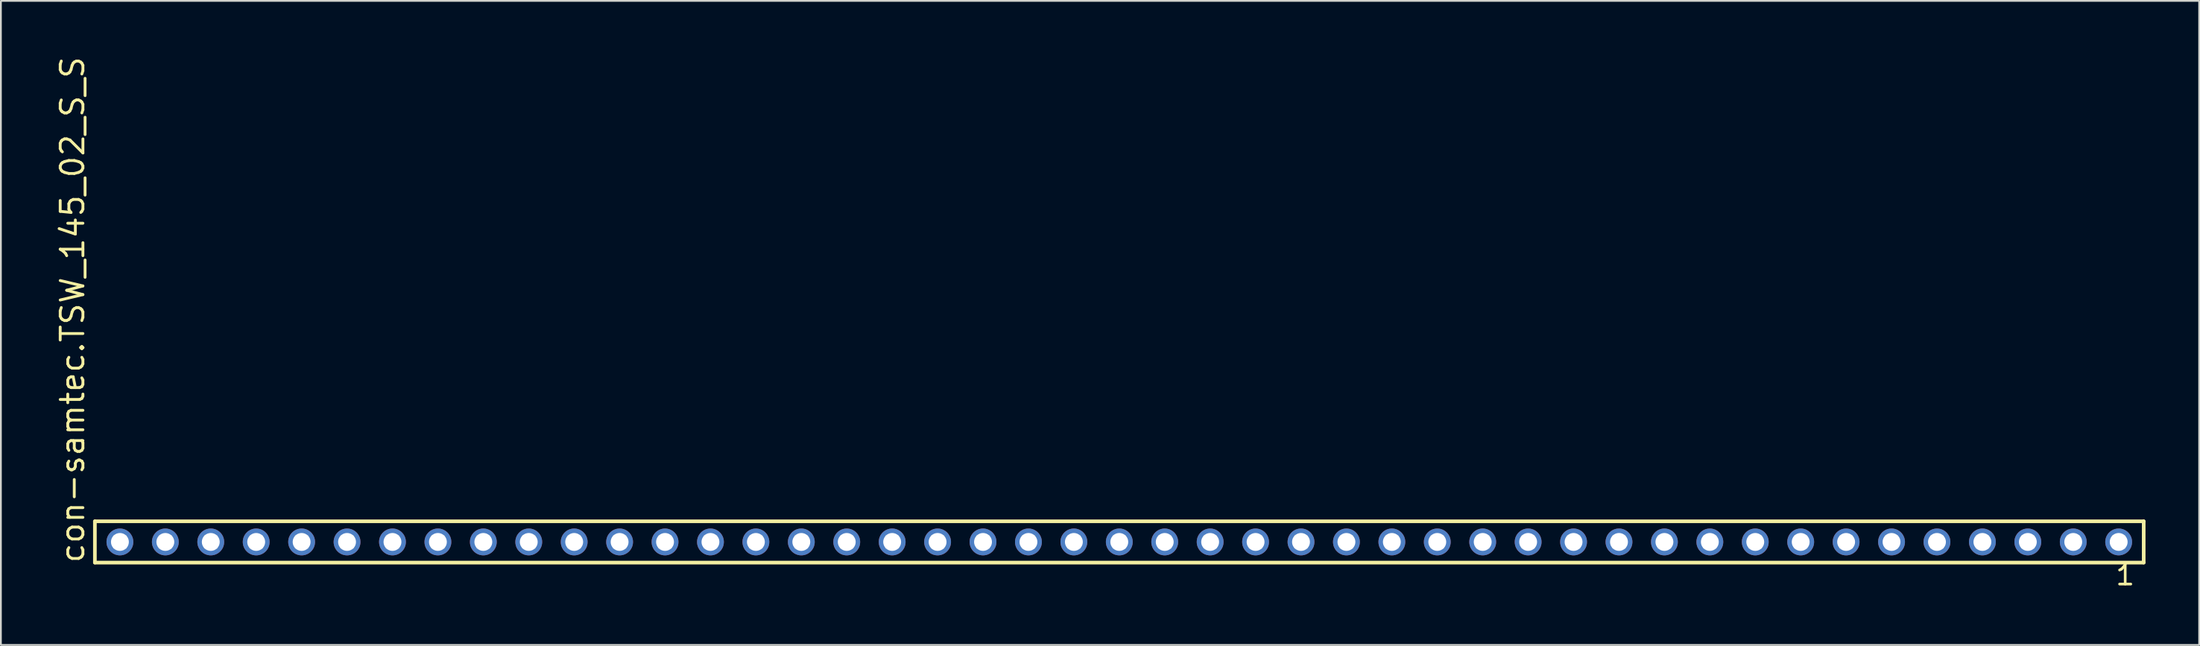
<source format=kicad_pcb>
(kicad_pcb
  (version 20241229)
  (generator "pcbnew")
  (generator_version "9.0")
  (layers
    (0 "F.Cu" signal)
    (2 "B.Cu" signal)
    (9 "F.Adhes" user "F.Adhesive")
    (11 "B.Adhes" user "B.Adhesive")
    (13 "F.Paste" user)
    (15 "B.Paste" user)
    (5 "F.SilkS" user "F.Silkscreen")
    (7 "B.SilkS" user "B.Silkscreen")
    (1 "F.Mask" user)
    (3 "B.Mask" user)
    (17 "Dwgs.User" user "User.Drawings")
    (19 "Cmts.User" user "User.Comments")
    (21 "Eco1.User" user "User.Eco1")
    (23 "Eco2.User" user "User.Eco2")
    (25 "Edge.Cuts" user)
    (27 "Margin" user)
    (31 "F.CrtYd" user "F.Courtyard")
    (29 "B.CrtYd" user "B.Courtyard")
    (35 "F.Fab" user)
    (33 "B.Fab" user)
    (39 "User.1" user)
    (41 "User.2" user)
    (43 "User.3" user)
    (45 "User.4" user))
  (footprint "con-samtec.TSW_145_02_S_S"
    (layer "F.Cu")
    (at 59.535 27.259)
    (property "Reference" "con-samtec.TSW_145_02_S_S" (at -57.785 1.27 90) (layer "F.SilkS") (effects (font (size 1.27 1.27) (thickness 0.16)) (justify left bottom)))
    (attr through_hole)
    (fp_line (start -57.279 -1.155) (end 57.279 -1.155) (stroke (width 0.203) (type default)) (layer "F.SilkS"))
    (fp_line (start -57.279 1.155) (end -57.279 -1.155) (stroke (width 0.203) (type default)) (layer "F.SilkS"))
    (fp_line (start 57.279 -1.155) (end 57.279 1.155) (stroke (width 0.203) (type default)) (layer "F.SilkS"))
    (fp_line (start 57.279 1.155) (end -57.279 1.155) (stroke (width 0.203) (type default)) (layer "F.SilkS"))
    (fp_rect (start -56.23 0.35) (end -55.53 -0.35) (stroke (width 0.05) (type default)) (fill no) (layer "F.Fab"))
    (fp_rect (start -53.69 0.35) (end -52.99 -0.35) (stroke (width 0.05) (type default)) (fill no) (layer "F.Fab"))
    (fp_rect (start -51.15 0.35) (end -50.45 -0.35) (stroke (width 0.05) (type default)) (fill no) (layer "F.Fab"))
    (fp_rect (start -48.61 0.35) (end -47.91 -0.35) (stroke (width 0.05) (type default)) (fill no) (layer "F.Fab"))
    (fp_rect (start -46.07 0.35) (end -45.37 -0.35) (stroke (width 0.05) (type default)) (fill no) (layer "F.Fab"))
    (fp_rect (start -43.53 0.35) (end -42.83 -0.35) (stroke (width 0.05) (type default)) (fill no) (layer "F.Fab"))
    (fp_rect (start -40.99 0.35) (end -40.29 -0.35) (stroke (width 0.05) (type default)) (fill no) (layer "F.Fab"))
    (fp_rect (start -38.45 0.35) (end -37.75 -0.35) (stroke (width 0.05) (type default)) (fill no) (layer "F.Fab"))
    (fp_rect (start -35.91 0.35) (end -35.21 -0.35) (stroke (width 0.05) (type default)) (fill no) (layer "F.Fab"))
    (fp_rect (start -33.37 0.35) (end -32.67 -0.35) (stroke (width 0.05) (type default)) (fill no) (layer "F.Fab"))
    (fp_rect (start -30.83 0.35) (end -30.13 -0.35) (stroke (width 0.05) (type default)) (fill no) (layer "F.Fab"))
    (fp_rect (start -28.29 0.35) (end -27.59 -0.35) (stroke (width 0.05) (type default)) (fill no) (layer "F.Fab"))
    (fp_rect (start -25.75 0.35) (end -25.05 -0.35) (stroke (width 0.05) (type default)) (fill no) (layer "F.Fab"))
    (fp_rect (start -23.21 0.35) (end -22.51 -0.35) (stroke (width 0.05) (type default)) (fill no) (layer "F.Fab"))
    (fp_rect (start -20.67 0.35) (end -19.97 -0.35) (stroke (width 0.05) (type default)) (fill no) (layer "F.Fab"))
    (fp_rect (start -18.13 0.35) (end -17.43 -0.35) (stroke (width 0.05) (type default)) (fill no) (layer "F.Fab"))
    (fp_rect (start -15.59 0.35) (end -14.89 -0.35) (stroke (width 0.05) (type default)) (fill no) (layer "F.Fab"))
    (fp_rect (start -13.05 0.35) (end -12.35 -0.35) (stroke (width 0.05) (type default)) (fill no) (layer "F.Fab"))
    (fp_rect (start -10.51 0.35) (end -9.81 -0.35) (stroke (width 0.05) (type default)) (fill no) (layer "F.Fab"))
    (fp_rect (start -7.97 0.35) (end -7.27 -0.35) (stroke (width 0.05) (type default)) (fill no) (layer "F.Fab"))
    (fp_rect (start -5.43 0.35) (end -4.73 -0.35) (stroke (width 0.05) (type default)) (fill no) (layer "F.Fab"))
    (fp_rect (start -2.89 0.35) (end -2.19 -0.35) (stroke (width 0.05) (type default)) (fill no) (layer "F.Fab"))
    (fp_rect (start -0.35 0.35) (end 0.35 -0.35) (stroke (width 0.05) (type default)) (fill no) (layer "F.Fab"))
    (fp_rect (start 2.19 0.35) (end 2.89 -0.35) (stroke (width 0.05) (type default)) (fill no) (layer "F.Fab"))
    (fp_rect (start 4.73 0.35) (end 5.43 -0.35) (stroke (width 0.05) (type default)) (fill no) (layer "F.Fab"))
    (fp_rect (start 7.27 0.35) (end 7.97 -0.35) (stroke (width 0.05) (type default)) (fill no) (layer "F.Fab"))
    (fp_rect (start 9.81 0.35) (end 10.51 -0.35) (stroke (width 0.05) (type default)) (fill no) (layer "F.Fab"))
    (fp_rect (start 12.35 0.35) (end 13.05 -0.35) (stroke (width 0.05) (type default)) (fill no) (layer "F.Fab"))
    (fp_rect (start 14.89 0.35) (end 15.59 -0.35) (stroke (width 0.05) (type default)) (fill no) (layer "F.Fab"))
    (fp_rect (start 17.43 0.35) (end 18.13 -0.35) (stroke (width 0.05) (type default)) (fill no) (layer "F.Fab"))
    (fp_rect (start 19.97 0.35) (end 20.67 -0.35) (stroke (width 0.05) (type default)) (fill no) (layer "F.Fab"))
    (fp_rect (start 22.51 0.35) (end 23.21 -0.35) (stroke (width 0.05) (type default)) (fill no) (layer "F.Fab"))
    (fp_rect (start 25.05 0.35) (end 25.75 -0.35) (stroke (width 0.05) (type default)) (fill no) (layer "F.Fab"))
    (fp_rect (start 27.59 0.35) (end 28.29 -0.35) (stroke (width 0.05) (type default)) (fill no) (layer "F.Fab"))
    (fp_rect (start 30.13 0.35) (end 30.83 -0.35) (stroke (width 0.05) (type default)) (fill no) (layer "F.Fab"))
    (fp_rect (start 32.67 0.35) (end 33.37 -0.35) (stroke (width 0.05) (type default)) (fill no) (layer "F.Fab"))
    (fp_rect (start 35.21 0.35) (end 35.91 -0.35) (stroke (width 0.05) (type default)) (fill no) (layer "F.Fab"))
    (fp_rect (start 37.75 0.35) (end 38.45 -0.35) (stroke (width 0.05) (type default)) (fill no) (layer "F.Fab"))
    (fp_rect (start 40.29 0.35) (end 40.99 -0.35) (stroke (width 0.05) (type default)) (fill no) (layer "F.Fab"))
    (fp_rect (start 42.83 0.35) (end 43.53 -0.35) (stroke (width 0.05) (type default)) (fill no) (layer "F.Fab"))
    (fp_rect (start 45.37 0.35) (end 46.07 -0.35) (stroke (width 0.05) (type default)) (fill no) (layer "F.Fab"))
    (fp_rect (start 47.91 0.35) (end 48.61 -0.35) (stroke (width 0.05) (type default)) (fill no) (layer "F.Fab"))
    (fp_rect (start 50.45 0.35) (end 51.15 -0.35) (stroke (width 0.05) (type default)) (fill no) (layer "F.Fab"))
    (fp_rect (start 52.99 0.35) (end 53.69 -0.35) (stroke (width 0.05) (type default)) (fill no) (layer "F.Fab"))
    (fp_rect (start 55.53 0.35) (end 56.23 -0.35) (stroke (width 0.05) (type default)) (fill no) (layer "F.Fab"))
    (fp_text user "1" (at 55.622 2.498 0) (layer "F.SilkS") (effects (font (size 1.1 1.1) (thickness 0.15)) (justify left bottom)))
    (pad "1" thru_hole circle (at 55.88 0 180) (size 1.5 1.5) (drill 1) (layers "*.Cu" "*.Mask"))
    (pad "2" thru_hole circle (at 53.34 0 180) (size 1.5 1.5) (drill 1) (layers "*.Cu" "*.Mask"))
    (pad "3" thru_hole circle (at 50.8 0 180) (size 1.5 1.5) (drill 1) (layers "*.Cu" "*.Mask"))
    (pad "4" thru_hole circle (at 48.26 0 180) (size 1.5 1.5) (drill 1) (layers "*.Cu" "*.Mask"))
    (pad "5" thru_hole circle (at 45.72 0 180) (size 1.5 1.5) (drill 1) (layers "*.Cu" "*.Mask"))
    (pad "6" thru_hole circle (at 43.18 0 180) (size 1.5 1.5) (drill 1) (layers "*.Cu" "*.Mask"))
    (pad "7" thru_hole circle (at 40.64 0 180) (size 1.5 1.5) (drill 1) (layers "*.Cu" "*.Mask"))
    (pad "8" thru_hole circle (at 38.1 0 180) (size 1.5 1.5) (drill 1) (layers "*.Cu" "*.Mask"))
    (pad "9" thru_hole circle (at 35.56 0 180) (size 1.5 1.5) (drill 1) (layers "*.Cu" "*.Mask"))
    (pad "10" thru_hole circle (at 33.02 0 180) (size 1.5 1.5) (drill 1) (layers "*.Cu" "*.Mask"))
    (pad "11" thru_hole circle (at 30.48 0 180) (size 1.5 1.5) (drill 1) (layers "*.Cu" "*.Mask"))
    (pad "12" thru_hole circle (at 27.94 0 180) (size 1.5 1.5) (drill 1) (layers "*.Cu" "*.Mask"))
    (pad "13" thru_hole circle (at 25.4 0 180) (size 1.5 1.5) (drill 1) (layers "*.Cu" "*.Mask"))
    (pad "14" thru_hole circle (at 22.86 0 180) (size 1.5 1.5) (drill 1) (layers "*.Cu" "*.Mask"))
    (pad "15" thru_hole circle (at 20.32 0 180) (size 1.5 1.5) (drill 1) (layers "*.Cu" "*.Mask"))
    (pad "16" thru_hole circle (at 17.78 0 180) (size 1.5 1.5) (drill 1) (layers "*.Cu" "*.Mask"))
    (pad "17" thru_hole circle (at 15.24 0 180) (size 1.5 1.5) (drill 1) (layers "*.Cu" "*.Mask"))
    (pad "18" thru_hole circle (at 12.7 0 180) (size 1.5 1.5) (drill 1) (layers "*.Cu" "*.Mask"))
    (pad "19" thru_hole circle (at 10.16 0 180) (size 1.5 1.5) (drill 1) (layers "*.Cu" "*.Mask"))
    (pad "20" thru_hole circle (at 7.62 0 180) (size 1.5 1.5) (drill 1) (layers "*.Cu" "*.Mask"))
    (pad "21" thru_hole circle (at 5.08 0 180) (size 1.5 1.5) (drill 1) (layers "*.Cu" "*.Mask"))
    (pad "22" thru_hole circle (at 2.54 0 180) (size 1.5 1.5) (drill 1) (layers "*.Cu" "*.Mask"))
    (pad "23" thru_hole circle (at 0 0 180) (size 1.5 1.5) (drill 1) (layers "*.Cu" "*.Mask"))
    (pad "24" thru_hole circle (at -2.54 0 180) (size 1.5 1.5) (drill 1) (layers "*.Cu" "*.Mask"))
    (pad "25" thru_hole circle (at -5.08 0 180) (size 1.5 1.5) (drill 1) (layers "*.Cu" "*.Mask"))
    (pad "26" thru_hole circle (at -7.62 0 180) (size 1.5 1.5) (drill 1) (layers "*.Cu" "*.Mask"))
    (pad "27" thru_hole circle (at -10.16 0 180) (size 1.5 1.5) (drill 1) (layers "*.Cu" "*.Mask"))
    (pad "28" thru_hole circle (at -12.7 0 180) (size 1.5 1.5) (drill 1) (layers "*.Cu" "*.Mask"))
    (pad "29" thru_hole circle (at -15.24 0 180) (size 1.5 1.5) (drill 1) (layers "*.Cu" "*.Mask"))
    (pad "30" thru_hole circle (at -17.78 0 180) (size 1.5 1.5) (drill 1) (layers "*.Cu" "*.Mask"))
    (pad "31" thru_hole circle (at -20.32 0 180) (size 1.5 1.5) (drill 1) (layers "*.Cu" "*.Mask"))
    (pad "32" thru_hole circle (at -22.86 0 180) (size 1.5 1.5) (drill 1) (layers "*.Cu" "*.Mask"))
    (pad "33" thru_hole circle (at -25.4 0 180) (size 1.5 1.5) (drill 1) (layers "*.Cu" "*.Mask"))
    (pad "34" thru_hole circle (at -27.94 0 180) (size 1.5 1.5) (drill 1) (layers "*.Cu" "*.Mask"))
    (pad "35" thru_hole circle (at -30.48 0 180) (size 1.5 1.5) (drill 1) (layers "*.Cu" "*.Mask"))
    (pad "36" thru_hole circle (at -33.02 0 180) (size 1.5 1.5) (drill 1) (layers "*.Cu" "*.Mask"))
    (pad "37" thru_hole circle (at -35.56 0 180) (size 1.5 1.5) (drill 1) (layers "*.Cu" "*.Mask"))
    (pad "38" thru_hole circle (at -38.1 0 180) (size 1.5 1.5) (drill 1) (layers "*.Cu" "*.Mask"))
    (pad "39" thru_hole circle (at -40.64 0 180) (size 1.5 1.5) (drill 1) (layers "*.Cu" "*.Mask"))
    (pad "40" thru_hole circle (at -43.18 0 180) (size 1.5 1.5) (drill 1) (layers "*.Cu" "*.Mask"))
    (pad "41" thru_hole circle (at -45.72 0 180) (size 1.5 1.5) (drill 1) (layers "*.Cu" "*.Mask"))
    (pad "42" thru_hole circle (at -48.26 0 180) (size 1.5 1.5) (drill 1) (layers "*.Cu" "*.Mask"))
    (pad "43" thru_hole circle (at -50.8 0 180) (size 1.5 1.5) (drill 1) (layers "*.Cu" "*.Mask"))
    (pad "44" thru_hole circle (at -53.34 0 180) (size 1.5 1.5) (drill 1) (layers "*.Cu" "*.Mask"))
    (pad "45" thru_hole circle (at -55.88 0 180) (size 1.5 1.5) (drill 1) (layers "*.Cu" "*.Mask")))
  (gr_rect
    (start -3 -3)
    (end 119.916 33.02)
    (stroke (width 0.1) (type default))
    (fill no)
    (layer "Edge.Cuts")))
</source>
